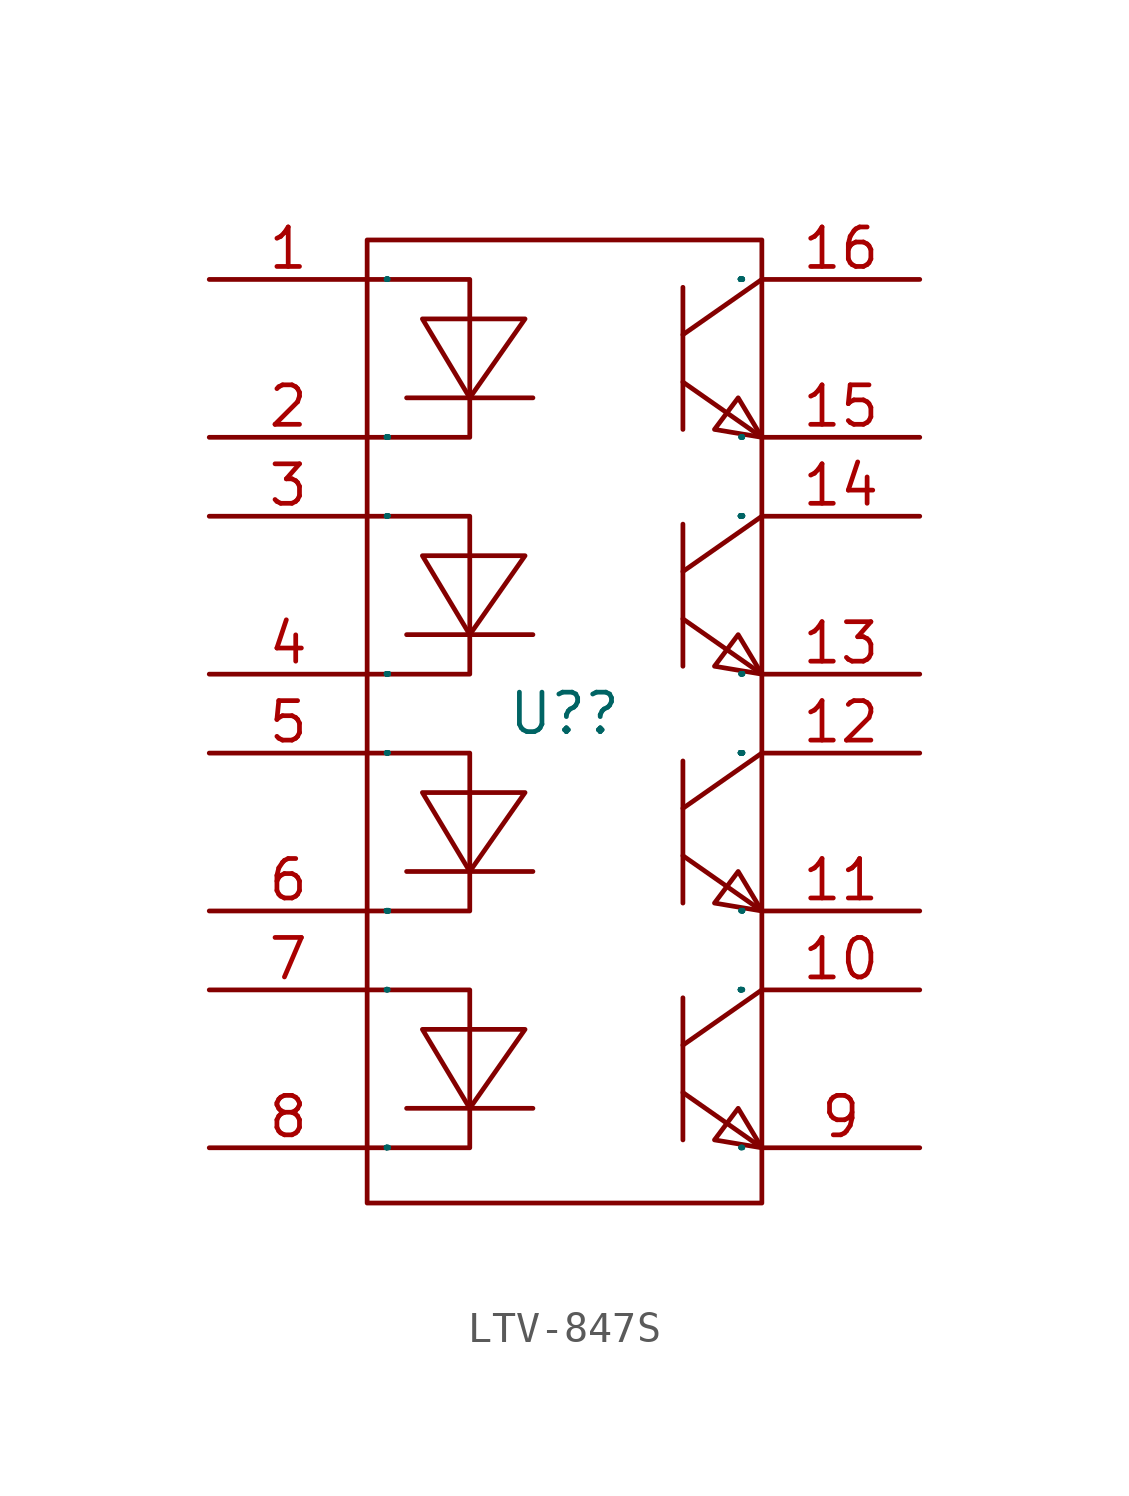
<source format=kicad_sym>
(kicad_symbol_lib
  (version 20231120)
  (generator "kicad_symbol_editor")
  (generator_version "8.0")
  (symbol "LTV-847S"
    (property "Reference" "U?"
      (at 0 0 0)
      (effects (font (size 1.27 1.27))))
    (property "Value" ""
      (at 0 0 0)
      (effects (font (size 1.27 1.27))))
    (symbol "LTV-847S_1_0"
      (rectangle (start -6.35 -15.748) (end 6.35 15.24) (stroke (width 0) (type default)) (fill (type none)))
      (polyline (pts (xy -1.016 -12.7) (xy -5.08 -12.7)) (stroke (width 0) (type default)) (fill (type none)))
      (polyline (pts (xy -1.016 -5.08) (xy -5.08 -5.08)) (stroke (width 0) (type default)) (fill (type none)))
      (polyline (pts (xy -1.016 2.54) (xy -5.08 2.54)) (stroke (width 0) (type default)) (fill (type none)))
      (polyline (pts (xy -1.016 10.16) (xy -5.08 10.16)) (stroke (width 0) (type default)) (fill (type none)))
      (polyline (pts (xy 3.81 -12.192) (xy 6.35 -13.97)) (stroke (width 0) (type default)) (fill (type none)))
      (polyline (pts (xy 3.81 -9.144) (xy 3.81 -13.716)) (stroke (width 0) (type default)) (fill (type none)))
      (polyline (pts (xy 3.81 -4.572) (xy 6.35 -6.35)) (stroke (width 0) (type default)) (fill (type none)))
      (polyline (pts (xy 3.81 -1.524) (xy 3.81 -6.096)) (stroke (width 0) (type default)) (fill (type none)))
      (polyline (pts (xy 3.81 3.048) (xy 6.35 1.27)) (stroke (width 0) (type default)) (fill (type none)))
      (polyline (pts (xy 3.81 6.096) (xy 3.81 1.524)) (stroke (width 0) (type default)) (fill (type none)))
      (polyline (pts (xy 3.81 10.668) (xy 6.35 8.89)) (stroke (width 0) (type default)) (fill (type none)))
      (polyline (pts (xy 3.81 13.716) (xy 3.81 9.144)) (stroke (width 0) (type default)) (fill (type none)))
      (polyline (pts (xy 6.35 -8.89) (xy 3.81 -10.668)) (stroke (width 0) (type default)) (fill (type none)))
      (polyline (pts (xy 6.35 -1.27) (xy 3.81 -3.048)) (stroke (width 0) (type default)) (fill (type none)))
      (polyline (pts (xy 6.35 6.35) (xy 3.81 4.572)) (stroke (width 0) (type default)) (fill (type none)))
      (polyline (pts (xy 6.35 13.97) (xy 3.81 12.192)) (stroke (width 0) (type default)) (fill (type none)))
      (polyline (pts (xy -6.35 -8.89) (xy -3.048 -8.89) (xy -3.048 -8.89) (xy -3.048 -13.97) (xy -3.048 -13.97) (xy -6.35 -13.97)) (stroke (width 0) (type default)) (fill (type none)))
      (polyline (pts (xy -6.35 -1.27) (xy -3.048 -1.27) (xy -3.048 -1.27) (xy -3.048 -6.35) (xy -3.048 -6.35) (xy -6.35 -6.35)) (stroke (width 0) (type default)) (fill (type none)))
      (polyline (pts (xy -6.35 6.35) (xy -3.048 6.35) (xy -3.048 6.35) (xy -3.048 1.27) (xy -3.048 1.27) (xy -6.35 1.27)) (stroke (width 0) (type default)) (fill (type none)))
      (polyline (pts (xy -6.35 13.97) (xy -3.048 13.97) (xy -3.048 13.97) (xy -3.048 8.89) (xy -3.048 8.89) (xy -6.35 8.89)) (stroke (width 0) (type default)) (fill (type none)))
      (polyline (pts (xy -4.572 -10.16) (xy -3.048 -12.7) (xy -3.048 -12.7) (xy -1.27 -10.16) (xy -1.27 -10.16) (xy -4.572 -10.16)) (stroke (width 0) (type default)) (fill (type none)))
      (polyline (pts (xy -4.572 -2.54) (xy -3.048 -5.08) (xy -3.048 -5.08) (xy -1.27 -2.54) (xy -1.27 -2.54) (xy -4.572 -2.54)) (stroke (width 0) (type default)) (fill (type none)))
      (polyline (pts (xy -4.572 5.08) (xy -3.048 2.54) (xy -3.048 2.54) (xy -1.27 5.08) (xy -1.27 5.08) (xy -4.572 5.08)) (stroke (width 0) (type default)) (fill (type none)))
      (polyline (pts (xy -4.572 12.7) (xy -3.048 10.16) (xy -3.048 10.16) (xy -1.27 12.7) (xy -1.27 12.7) (xy -4.572 12.7)) (stroke (width 0) (type default)) (fill (type none)))
      (polyline (pts (xy 6.35 -13.97) (xy 5.588 -12.7) (xy 5.588 -12.7) (xy 4.826 -13.716) (xy 4.826 -13.716) (xy 6.35 -13.97)) (stroke (width 0) (type default)) (fill (type none)))
      (polyline (pts (xy 6.35 -6.35) (xy 5.588 -5.08) (xy 5.588 -5.08) (xy 4.826 -6.096) (xy 4.826 -6.096) (xy 6.35 -6.35)) (stroke (width 0) (type default)) (fill (type none)))
      (polyline (pts (xy 6.35 1.27) (xy 5.588 2.54) (xy 5.588 2.54) (xy 4.826 1.524) (xy 4.826 1.524) (xy 6.35 1.27)) (stroke (width 0) (type default)) (fill (type none)))
      (polyline (pts (xy 6.35 8.89) (xy 5.588 10.16) (xy 5.588 10.16) (xy 4.826 9.144) (xy 4.826 9.144) (xy 6.35 8.89)) (stroke (width 0) (type default)) (fill (type none)))
      (pin input line (at -11.43 13.97 0) (length 5.08) (name "AN1" (effects (font (size 0.025 0.025)))) (number "1" (effects (font (size 1.27 1.27)))))
      (pin input line (at 11.43 -8.89 180) (length 5.08) (name "COL4" (effects (font (size 0.025 0.025)))) (number "10" (effects (font (size 1.27 1.27)))))
      (pin input line (at 11.43 -6.35 180) (length 5.08) (name "EM3" (effects (font (size 0.025 0.025)))) (number "11" (effects (font (size 1.27 1.27)))))
      (pin input line (at 11.43 -1.27 180) (length 5.08) (name "COL3" (effects (font (size 0.025 0.025)))) (number "12" (effects (font (size 1.27 1.27)))))
      (pin input line (at 11.43 1.27 180) (length 5.08) (name "EM2" (effects (font (size 0.025 0.025)))) (number "13" (effects (font (size 1.27 1.27)))))
      (pin input line (at 11.43 6.35 180) (length 5.08) (name "COL2" (effects (font (size 0.025 0.025)))) (number "14" (effects (font (size 1.27 1.27)))))
      (pin input line (at 11.43 8.89 180) (length 5.08) (name "EM1" (effects (font (size 0.025 0.025)))) (number "15" (effects (font (size 1.27 1.27)))))
      (pin input line (at 11.43 13.97 180) (length 5.08) (name "COL1" (effects (font (size 0.025 0.025)))) (number "16" (effects (font (size 1.27 1.27)))))
      (pin input line (at -11.43 8.89 0) (length 5.08) (name "CAT1" (effects (font (size 0.025 0.025)))) (number "2" (effects (font (size 1.27 1.27)))))
      (pin input line (at -11.43 6.35 0) (length 5.08) (name "AN2" (effects (font (size 0.025 0.025)))) (number "3" (effects (font (size 1.27 1.27)))))
      (pin input line (at -11.43 1.27 0) (length 5.08) (name "CAT2" (effects (font (size 0.025 0.025)))) (number "4" (effects (font (size 1.27 1.27)))))
      (pin input line (at -11.43 -1.27 0) (length 5.08) (name "AN3" (effects (font (size 0.025 0.025)))) (number "5" (effects (font (size 1.27 1.27)))))
      (pin input line (at -11.43 -6.35 0) (length 5.08) (name "CAT3" (effects (font (size 0.025 0.025)))) (number "6" (effects (font (size 1.27 1.27)))))
      (pin input line (at -11.43 -8.89 0) (length 5.08) (name "AN4" (effects (font (size 0.025 0.025)))) (number "7" (effects (font (size 1.27 1.27)))))
      (pin input line (at -11.43 -13.97 0) (length 5.08) (name "CAT4" (effects (font (size 0.025 0.025)))) (number "8" (effects (font (size 1.27 1.27)))))
      (pin input line (at 11.43 -13.97 180) (length 5.08) (name "EM4" (effects (font (size 0.025 0.025)))) (number "9" (effects (font (size 1.27 1.27))))))))
</source>
